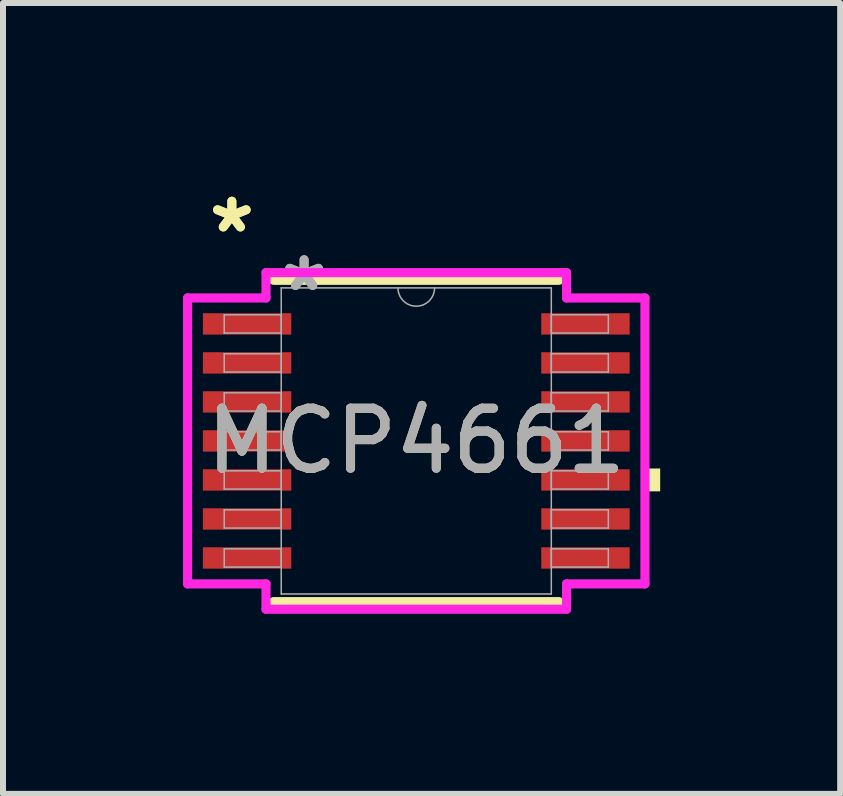
<source format=kicad_pcb>
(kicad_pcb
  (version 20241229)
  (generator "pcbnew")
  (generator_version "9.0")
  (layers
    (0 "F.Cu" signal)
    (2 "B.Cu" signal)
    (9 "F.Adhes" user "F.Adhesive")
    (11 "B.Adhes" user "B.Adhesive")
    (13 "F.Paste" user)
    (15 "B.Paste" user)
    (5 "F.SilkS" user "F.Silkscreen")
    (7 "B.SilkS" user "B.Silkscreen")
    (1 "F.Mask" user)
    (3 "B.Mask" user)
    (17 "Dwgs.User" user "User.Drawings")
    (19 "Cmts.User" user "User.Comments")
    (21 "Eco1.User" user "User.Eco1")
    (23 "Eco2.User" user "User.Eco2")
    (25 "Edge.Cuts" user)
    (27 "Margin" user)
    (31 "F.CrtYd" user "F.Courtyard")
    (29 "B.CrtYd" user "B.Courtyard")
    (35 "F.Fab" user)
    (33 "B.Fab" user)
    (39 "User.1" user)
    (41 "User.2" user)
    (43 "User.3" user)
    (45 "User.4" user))
  (footprint "MCP4661"
    (layer "F.Cu")
    (at 3.886 4.297)
    (property "Reference" "MCP4661" (at 0 0 0) (unlocked yes) (layer "F.SilkS") (effects (font (size 1 1) (thickness 0.15))))
    (attr smd)
    (fp_line (start -2.377 2.677) (end 2.377 2.677) (stroke (width 0.152) (type solid)) (layer "F.SilkS"))
    (fp_line (start 2.377 -2.677) (end -2.377 -2.677) (stroke (width 0.152) (type solid)) (layer "F.SilkS"))
    (fp_poly (pts (xy 4.064 0.459) (xy 4.064 0.84) (xy 3.81 0.84) (xy 3.81 0.459)) (stroke (width 0) (type solid)) (fill yes) (layer "F.SilkS"))
    (fp_line (start -3.81 -2.382) (end -2.504 -2.382) (stroke (width 0.152) (type solid)) (layer "F.CrtYd"))
    (fp_line (start -3.81 2.382) (end -3.81 -2.382) (stroke (width 0.152) (type solid)) (layer "F.CrtYd"))
    (fp_line (start -3.81 2.382) (end -2.504 2.382) (stroke (width 0.152) (type solid)) (layer "F.CrtYd"))
    (fp_line (start -2.504 -2.804) (end 2.504 -2.804) (stroke (width 0.152) (type solid)) (layer "F.CrtYd"))
    (fp_line (start -2.504 -2.382) (end -2.504 -2.804) (stroke (width 0.152) (type solid)) (layer "F.CrtYd"))
    (fp_line (start -2.504 2.804) (end -2.504 2.382) (stroke (width 0.152) (type solid)) (layer "F.CrtYd"))
    (fp_line (start 2.504 -2.804) (end 2.504 -2.382) (stroke (width 0.152) (type solid)) (layer "F.CrtYd"))
    (fp_line (start 2.504 2.382) (end 2.504 2.804) (stroke (width 0.152) (type solid)) (layer "F.CrtYd"))
    (fp_line (start 2.504 2.804) (end -2.504 2.804) (stroke (width 0.152) (type solid)) (layer "F.CrtYd"))
    (fp_line (start 3.81 -2.382) (end 2.504 -2.382) (stroke (width 0.152) (type solid)) (layer "F.CrtYd"))
    (fp_line (start 3.81 -2.382) (end 3.81 2.382) (stroke (width 0.152) (type solid)) (layer "F.CrtYd"))
    (fp_line (start 3.81 2.382) (end 2.504 2.382) (stroke (width 0.152) (type solid)) (layer "F.CrtYd"))
    (fp_line (start -3.2 -2.102) (end -3.2 -1.798) (stroke (width 0.025) (type solid)) (layer "F.Fab"))
    (fp_line (start -3.2 -1.798) (end -2.25 -1.798) (stroke (width 0.025) (type solid)) (layer "F.Fab"))
    (fp_line (start -3.2 -1.452) (end -3.2 -1.148) (stroke (width 0.025) (type solid)) (layer "F.Fab"))
    (fp_line (start -3.2 -1.148) (end -2.25 -1.148) (stroke (width 0.025) (type solid)) (layer "F.Fab"))
    (fp_line (start -3.2 -0.802) (end -3.2 -0.498) (stroke (width 0.025) (type solid)) (layer "F.Fab"))
    (fp_line (start -3.2 -0.498) (end -2.25 -0.498) (stroke (width 0.025) (type solid)) (layer "F.Fab"))
    (fp_line (start -3.2 -0.152) (end -3.2 0.152) (stroke (width 0.025) (type solid)) (layer "F.Fab"))
    (fp_line (start -3.2 0.152) (end -2.25 0.152) (stroke (width 0.025) (type solid)) (layer "F.Fab"))
    (fp_line (start -3.2 0.498) (end -3.2 0.802) (stroke (width 0.025) (type solid)) (layer "F.Fab"))
    (fp_line (start -3.2 0.802) (end -2.25 0.802) (stroke (width 0.025) (type solid)) (layer "F.Fab"))
    (fp_line (start -3.2 1.148) (end -3.2 1.452) (stroke (width 0.025) (type solid)) (layer "F.Fab"))
    (fp_line (start -3.2 1.452) (end -2.25 1.452) (stroke (width 0.025) (type solid)) (layer "F.Fab"))
    (fp_line (start -3.2 1.798) (end -3.2 2.102) (stroke (width 0.025) (type solid)) (layer "F.Fab"))
    (fp_line (start -3.2 2.102) (end -2.25 2.102) (stroke (width 0.025) (type solid)) (layer "F.Fab"))
    (fp_line (start -2.25 -2.55) (end -2.25 2.55) (stroke (width 0.025) (type solid)) (layer "F.Fab"))
    (fp_line (start -2.25 -2.102) (end -3.2 -2.102) (stroke (width 0.025) (type solid)) (layer "F.Fab"))
    (fp_line (start -2.25 -1.798) (end -2.25 -2.102) (stroke (width 0.025) (type solid)) (layer "F.Fab"))
    (fp_line (start -2.25 -1.452) (end -3.2 -1.452) (stroke (width 0.025) (type solid)) (layer "F.Fab"))
    (fp_line (start -2.25 -1.148) (end -2.25 -1.452) (stroke (width 0.025) (type solid)) (layer "F.Fab"))
    (fp_line (start -2.25 -0.802) (end -3.2 -0.802) (stroke (width 0.025) (type solid)) (layer "F.Fab"))
    (fp_line (start -2.25 -0.498) (end -2.25 -0.802) (stroke (width 0.025) (type solid)) (layer "F.Fab"))
    (fp_line (start -2.25 -0.152) (end -3.2 -0.152) (stroke (width 0.025) (type solid)) (layer "F.Fab"))
    (fp_line (start -2.25 0.152) (end -2.25 -0.152) (stroke (width 0.025) (type solid)) (layer "F.Fab"))
    (fp_line (start -2.25 0.498) (end -3.2 0.498) (stroke (width 0.025) (type solid)) (layer "F.Fab"))
    (fp_line (start -2.25 0.802) (end -2.25 0.498) (stroke (width 0.025) (type solid)) (layer "F.Fab"))
    (fp_line (start -2.25 1.148) (end -3.2 1.148) (stroke (width 0.025) (type solid)) (layer "F.Fab"))
    (fp_line (start -2.25 1.452) (end -2.25 1.148) (stroke (width 0.025) (type solid)) (layer "F.Fab"))
    (fp_line (start -2.25 1.798) (end -3.2 1.798) (stroke (width 0.025) (type solid)) (layer "F.Fab"))
    (fp_line (start -2.25 2.102) (end -2.25 1.798) (stroke (width 0.025) (type solid)) (layer "F.Fab"))
    (fp_line (start -2.25 2.55) (end 2.25 2.55) (stroke (width 0.025) (type solid)) (layer "F.Fab"))
    (fp_line (start 2.25 -2.55) (end -2.25 -2.55) (stroke (width 0.025) (type solid)) (layer "F.Fab"))
    (fp_line (start 2.25 -2.102) (end 2.25 -1.798) (stroke (width 0.025) (type solid)) (layer "F.Fab"))
    (fp_line (start 2.25 -1.798) (end 3.2 -1.798) (stroke (width 0.025) (type solid)) (layer "F.Fab"))
    (fp_line (start 2.25 -1.452) (end 2.25 -1.148) (stroke (width 0.025) (type solid)) (layer "F.Fab"))
    (fp_line (start 2.25 -1.148) (end 3.2 -1.148) (stroke (width 0.025) (type solid)) (layer "F.Fab"))
    (fp_line (start 2.25 -0.802) (end 2.25 -0.498) (stroke (width 0.025) (type solid)) (layer "F.Fab"))
    (fp_line (start 2.25 -0.498) (end 3.2 -0.498) (stroke (width 0.025) (type solid)) (layer "F.Fab"))
    (fp_line (start 2.25 -0.152) (end 2.25 0.152) (stroke (width 0.025) (type solid)) (layer "F.Fab"))
    (fp_line (start 2.25 0.152) (end 3.2 0.152) (stroke (width 0.025) (type solid)) (layer "F.Fab"))
    (fp_line (start 2.25 0.498) (end 2.25 0.802) (stroke (width 0.025) (type solid)) (layer "F.Fab"))
    (fp_line (start 2.25 0.802) (end 3.2 0.802) (stroke (width 0.025) (type solid)) (layer "F.Fab"))
    (fp_line (start 2.25 1.148) (end 2.25 1.452) (stroke (width 0.025) (type solid)) (layer "F.Fab"))
    (fp_line (start 2.25 1.452) (end 3.2 1.452) (stroke (width 0.025) (type solid)) (layer "F.Fab"))
    (fp_line (start 2.25 1.798) (end 2.25 2.102) (stroke (width 0.025) (type solid)) (layer "F.Fab"))
    (fp_line (start 2.25 2.102) (end 3.2 2.102) (stroke (width 0.025) (type solid)) (layer "F.Fab"))
    (fp_line (start 2.25 2.55) (end 2.25 -2.55) (stroke (width 0.025) (type solid)) (layer "F.Fab"))
    (fp_line (start 3.2 -2.102) (end 2.25 -2.102) (stroke (width 0.025) (type solid)) (layer "F.Fab"))
    (fp_line (start 3.2 -1.798) (end 3.2 -2.102) (stroke (width 0.025) (type solid)) (layer "F.Fab"))
    (fp_line (start 3.2 -1.452) (end 2.25 -1.452) (stroke (width 0.025) (type solid)) (layer "F.Fab"))
    (fp_line (start 3.2 -1.148) (end 3.2 -1.452) (stroke (width 0.025) (type solid)) (layer "F.Fab"))
    (fp_line (start 3.2 -0.802) (end 2.25 -0.802) (stroke (width 0.025) (type solid)) (layer "F.Fab"))
    (fp_line (start 3.2 -0.498) (end 3.2 -0.802) (stroke (width 0.025) (type solid)) (layer "F.Fab"))
    (fp_line (start 3.2 -0.152) (end 2.25 -0.152) (stroke (width 0.025) (type solid)) (layer "F.Fab"))
    (fp_line (start 3.2 0.152) (end 3.2 -0.152) (stroke (width 0.025) (type solid)) (layer "F.Fab"))
    (fp_line (start 3.2 0.498) (end 2.25 0.498) (stroke (width 0.025) (type solid)) (layer "F.Fab"))
    (fp_line (start 3.2 0.802) (end 3.2 0.498) (stroke (width 0.025) (type solid)) (layer "F.Fab"))
    (fp_line (start 3.2 1.148) (end 2.25 1.148) (stroke (width 0.025) (type solid)) (layer "F.Fab"))
    (fp_line (start 3.2 1.452) (end 3.2 1.148) (stroke (width 0.025) (type solid)) (layer "F.Fab"))
    (fp_line (start 3.2 1.798) (end 2.25 1.798) (stroke (width 0.025) (type solid)) (layer "F.Fab"))
    (fp_line (start 3.2 2.102) (end 3.2 1.798) (stroke (width 0.025) (type solid)) (layer "F.Fab"))
    (fp_arc (start 0.3048 -2.55) (mid 0 -2.2452) (end -0.3048 -2.55) (stroke (width 0.0254) (type solid)) (layer "F.Fab"))
    (fp_text user "*" (at -3.073 -3.449 0) (unlocked yes) (layer "F.SilkS") (effects (font (size 1 1) (thickness 0.15))))
    (fp_text user "*" (at -3.073 -3.449 0) (layer "F.SilkS") (effects (font (size 1 1) (thickness 0.15))))
    (fp_text user "${REFERENCE}" (at 0 0 0) (unlocked yes) (layer "F.Fab") (effects (font (size 1 1) (thickness 0.15))))
    (fp_text user "*" (at -1.869 -2.474 0) (unlocked yes) (layer "F.Fab") (effects (font (size 1 1) (thickness 0.15))))
    (fp_text user "*" (at -1.869 -2.474 0) (layer "F.Fab") (effects (font (size 1 1) (thickness 0.15))))
    (pad "1" smd rect (at -2.819 -1.95) (size 1.473 0.356) (layers "F.Cu" "F.Mask" "F.Paste"))
    (pad "2" smd rect (at -2.819 -1.3) (size 1.473 0.356) (layers "F.Cu" "F.Mask" "F.Paste"))
    (pad "3" smd rect (at -2.819 -0.65) (size 1.473 0.356) (layers "F.Cu" "F.Mask" "F.Paste"))
    (pad "4" smd rect (at -2.819 0) (size 1.473 0.356) (layers "F.Cu" "F.Mask" "F.Paste"))
    (pad "5" smd rect (at -2.819 0.65) (size 1.473 0.356) (layers "F.Cu" "F.Mask" "F.Paste"))
    (pad "6" smd rect (at -2.819 1.3) (size 1.473 0.356) (layers "F.Cu" "F.Mask" "F.Paste"))
    (pad "7" smd rect (at -2.819 1.95) (size 1.473 0.356) (layers "F.Cu" "F.Mask" "F.Paste"))
    (pad "8" smd rect (at 2.819 1.95) (size 1.473 0.356) (layers "F.Cu" "F.Mask" "F.Paste"))
    (pad "9" smd rect (at 2.819 1.3) (size 1.473 0.356) (layers "F.Cu" "F.Mask" "F.Paste"))
    (pad "10" smd rect (at 2.819 0.65) (size 1.473 0.356) (layers "F.Cu" "F.Mask" "F.Paste"))
    (pad "11" smd rect (at 2.819 0) (size 1.473 0.356) (layers "F.Cu" "F.Mask" "F.Paste"))
    (pad "12" smd rect (at 2.819 -0.65) (size 1.473 0.356) (layers "F.Cu" "F.Mask" "F.Paste"))
    (pad "13" smd rect (at 2.819 -1.3) (size 1.473 0.356) (layers "F.Cu" "F.Mask" "F.Paste"))
    (pad "14" smd rect (at 2.819 -1.95) (size 1.473 0.356) (layers "F.Cu" "F.Mask" "F.Paste")))
  (gr_rect
    (start -3 -3)
    (end 10.949 10.177)
    (stroke (width 0.1) (type default))
    (fill no)
    (layer "Edge.Cuts")))
</source>
